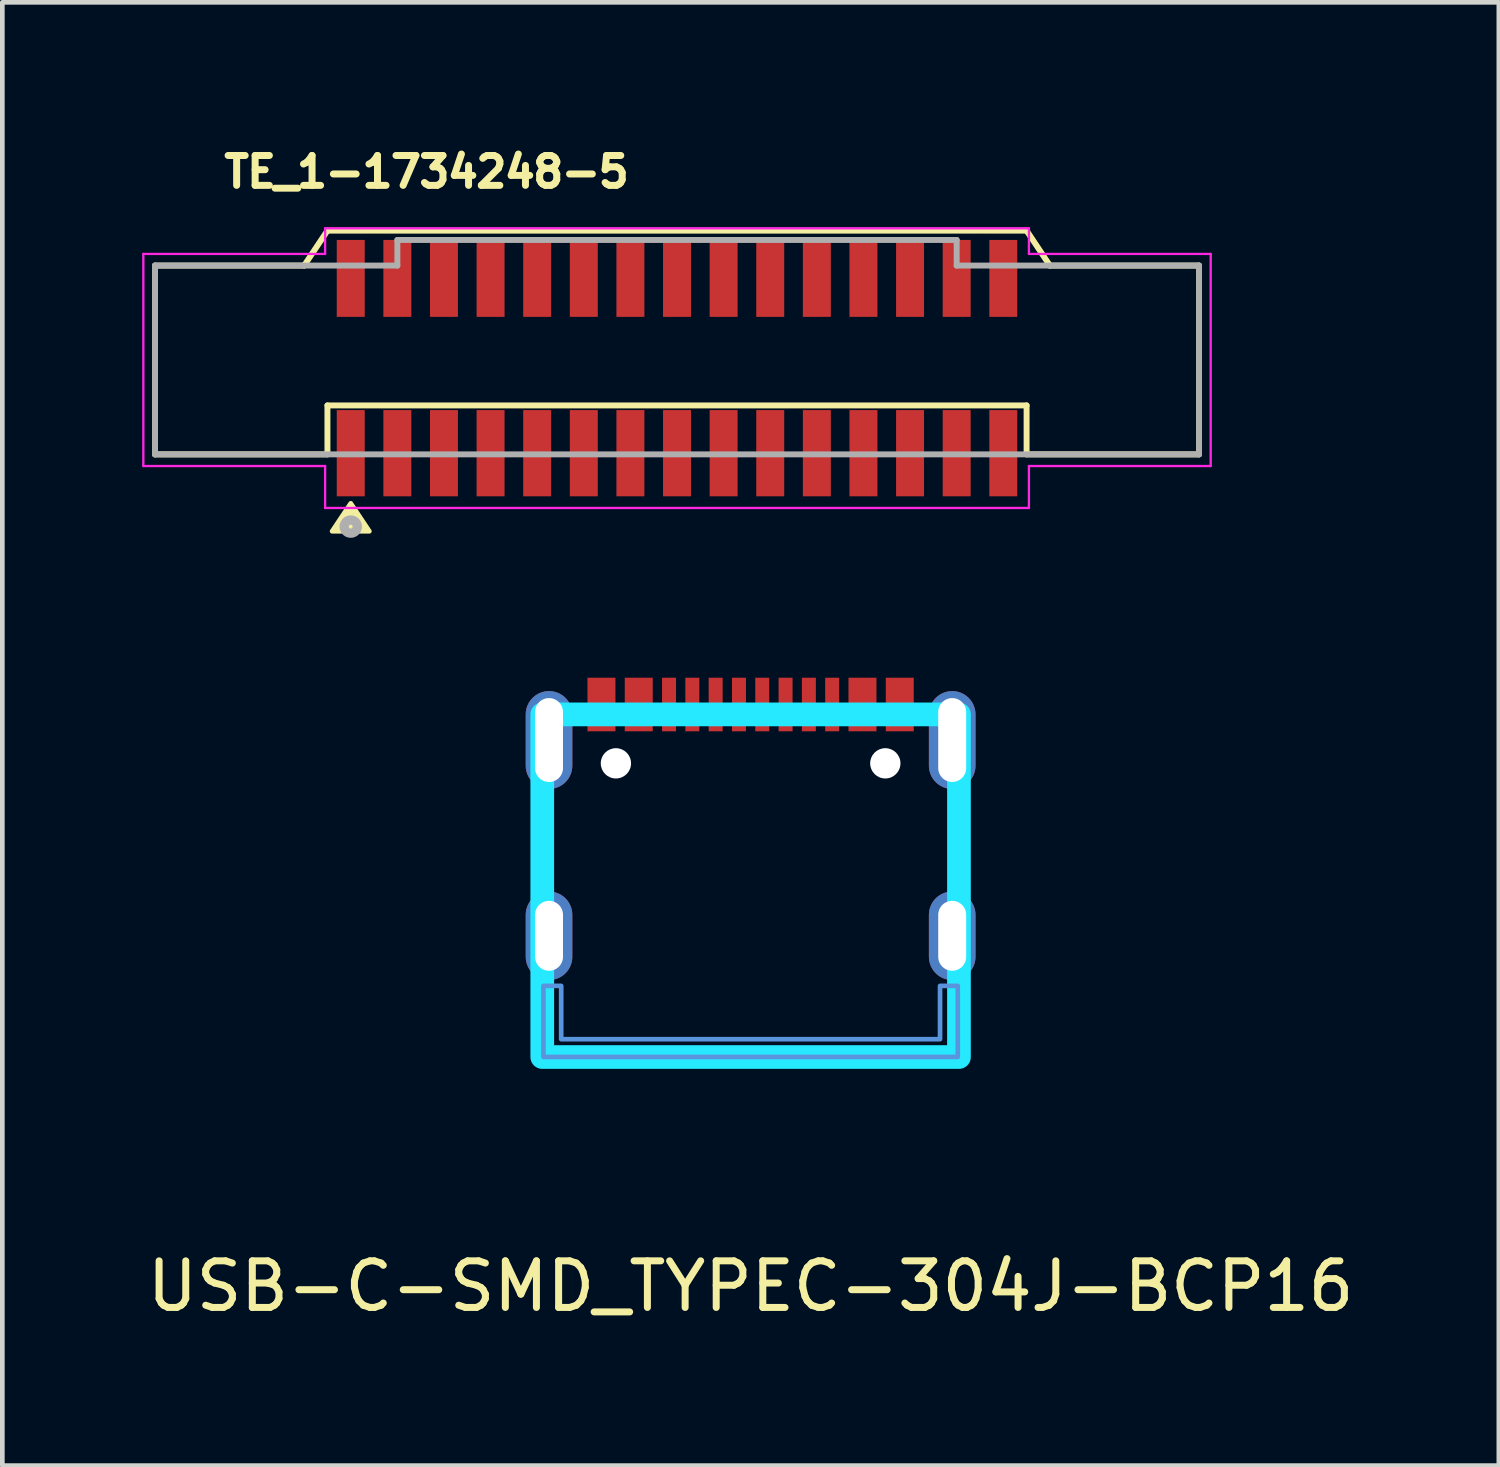
<source format=kicad_pcb>
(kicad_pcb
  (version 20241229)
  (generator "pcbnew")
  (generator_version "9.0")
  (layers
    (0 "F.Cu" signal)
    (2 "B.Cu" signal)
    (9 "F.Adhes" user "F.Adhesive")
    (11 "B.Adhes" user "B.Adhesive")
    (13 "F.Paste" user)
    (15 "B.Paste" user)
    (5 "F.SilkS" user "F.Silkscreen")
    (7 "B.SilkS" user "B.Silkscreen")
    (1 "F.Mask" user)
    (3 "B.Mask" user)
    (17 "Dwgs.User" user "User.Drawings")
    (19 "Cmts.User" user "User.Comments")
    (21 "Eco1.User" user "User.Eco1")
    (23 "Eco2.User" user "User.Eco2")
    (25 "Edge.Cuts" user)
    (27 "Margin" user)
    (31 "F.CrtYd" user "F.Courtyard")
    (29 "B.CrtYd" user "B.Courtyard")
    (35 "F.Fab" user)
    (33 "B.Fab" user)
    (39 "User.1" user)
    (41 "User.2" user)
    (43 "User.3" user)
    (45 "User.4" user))
  (footprint "USB-C-SMD_TYPEC-304J-BCP16"
    (layer "F.Cu")
    (at 13.054 14.546)
    (property "Reference" "USB-C-SMD_TYPEC-304J-BCP16" (at 0 10 0) (layer "F.SilkS") (effects (font (size 1 1) (thickness 0.15))))
    (attr through_hole)
    (fp_line (start -4.4 1.304) (end -4.4 -0.441) (stroke (width 0.254) (type solid)) (layer "F.SilkS"))
    (fp_line (start -4.4 5.081) (end -4.4 3.659) (stroke (width 0.254) (type solid)) (layer "F.SilkS"))
    (fp_line (start -4.4 5.081) (end 4.4 5.081) (stroke (width 0.254) (type solid)) (layer "F.SilkS"))
    (fp_line (start 4.4 1.304) (end 4.4 -0.441) (stroke (width 0.254) (type solid)) (layer "F.SilkS"))
    (fp_line (start 4.4 5.081) (end 4.4 3.659) (stroke (width 0.254) (type solid)) (layer "F.SilkS"))
    (fp_poly (pts (xy -3.5 -3.056) (xy -2.9 -3.056) (xy -2.9 -1.906) (xy -3.5 -1.906)) (stroke (width 0) (type solid)) (fill yes) (layer "F.Paste"))
    (fp_poly (pts (xy -2.7 -3.056) (xy -2.1 -3.056) (xy -2.1 -1.906) (xy -2.7 -1.906)) (stroke (width 0) (type solid)) (fill yes) (layer "F.Paste"))
    (fp_poly (pts (xy -1.9 -3.056) (xy -1.6 -3.056) (xy -1.6 -1.906) (xy -1.9 -1.906)) (stroke (width 0) (type solid)) (fill yes) (layer "F.Paste"))
    (fp_poly (pts (xy -1.4 -3.056) (xy -1.1 -3.056) (xy -1.1 -1.906) (xy -1.4 -1.906)) (stroke (width 0) (type solid)) (fill yes) (layer "F.Paste"))
    (fp_poly (pts (xy -0.9 -3.056) (xy -0.6 -3.056) (xy -0.6 -1.906) (xy -0.9 -1.906)) (stroke (width 0) (type solid)) (fill yes) (layer "F.Paste"))
    (fp_poly (pts (xy -0.4 -3.056) (xy -0.1 -3.056) (xy -0.1 -1.906) (xy -0.4 -1.906)) (stroke (width 0) (type solid)) (fill yes) (layer "F.Paste"))
    (fp_poly (pts (xy 0.1 -3.056) (xy 0.4 -3.056) (xy 0.4 -1.906) (xy 0.1 -1.906)) (stroke (width 0) (type solid)) (fill yes) (layer "F.Paste"))
    (fp_poly (pts (xy 0.6 -3.056) (xy 0.9 -3.056) (xy 0.9 -1.906) (xy 0.6 -1.906)) (stroke (width 0) (type solid)) (fill yes) (layer "F.Paste"))
    (fp_poly (pts (xy 1.1 -3.056) (xy 1.4 -3.056) (xy 1.4 -1.906) (xy 1.1 -1.906)) (stroke (width 0) (type solid)) (fill yes) (layer "F.Paste"))
    (fp_poly (pts (xy 1.6 -3.056) (xy 1.9 -3.056) (xy 1.9 -1.906) (xy 1.6 -1.906)) (stroke (width 0) (type solid)) (fill yes) (layer "F.Paste"))
    (fp_poly (pts (xy 2.1 -3.056) (xy 2.7 -3.056) (xy 2.7 -1.906) (xy 2.1 -1.906)) (stroke (width 0) (type solid)) (fill yes) (layer "F.Paste"))
    (fp_poly (pts (xy 2.9 -3.056) (xy 3.5 -3.056) (xy 3.5 -1.906) (xy 2.9 -1.906)) (stroke (width 0) (type solid)) (fill yes) (layer "F.Paste"))
    (fp_circle (center -2.89 -1.219) (end -2.89 -1.069) (stroke (width 0.3) (type solid)) (fill no) (layer "Cmts.User"))
    (fp_circle (center 2.89 -1.219) (end 2.89 -1.069) (stroke (width 0.3) (type solid)) (fill no) (layer "Cmts.User"))
    (fp_poly (pts (xy -4.445 3.556) (xy -4.445 5.08) (xy 4.445 5.08) (xy 4.445 3.556) (xy 4.064 3.556) (xy 4.064 4.699) (xy -4.064 4.699) (xy -4.064 3.556)) (stroke (width 0.1) (type solid)) (fill no) (layer "Cmts.User"))
    (fp_poly (pts (xy -4.47 5.082) (xy -4.47 -2.269) (xy 4.47 -2.269) (xy 4.47 5.082)) (stroke (width 0.508) (type solid)) (fill no) (layer "B.CrtYd"))
    (pad "" np_thru_hole circle (at -2.89 -1.219) (size 0.65 0.65) (drill 0.65) (layers "*.Cu" "*.Mask"))
    (pad "" np_thru_hole circle (at 2.89 -1.219) (size 0.65 0.65) (drill 0.65) (layers "*.Cu" "*.Mask"))
    (pad "13" thru_hole oval (at -4.325 -1.719) (size 1 2.1) (drill oval 0.6 1.8) (layers "*.Cu" "*.Mask"))
    (pad "14" thru_hole oval (at 4.325 -1.719) (size 1 2.1) (drill oval 0.6 1.8) (layers "*.Cu" "*.Mask"))
    (pad "15" thru_hole oval (at -4.325 2.481) (size 1 1.9) (drill oval 0.6 1.5) (layers "*.Cu" "*.Mask"))
    (pad "16" thru_hole oval (at 4.325 2.481) (size 1 1.9) (drill oval 0.6 1.5) (layers "*.Cu" "*.Mask"))
    (pad "A1B12" smd rect (at -3.2 -2.481) (size 0.6 1.15) (layers "F.Cu" "F.Mask" "F.Paste"))
    (pad "A4B9" smd rect (at -2.4 -2.481) (size 0.6 1.15) (layers "F.Cu" "F.Mask" "F.Paste"))
    (pad "A5" smd rect (at -1.25 -2.481) (size 0.3 1.15) (layers "F.Cu" "F.Mask" "F.Paste"))
    (pad "A6" smd rect (at -0.25 -2.481) (size 0.3 1.15) (layers "F.Cu" "F.Mask" "F.Paste"))
    (pad "A7" smd rect (at 0.25 -2.481) (size 0.3 1.15) (layers "F.Cu" "F.Mask" "F.Paste"))
    (pad "A8" smd rect (at 1.25 -2.481) (size 0.3 1.15) (layers "F.Cu" "F.Mask" "F.Paste"))
    (pad "B1A12" smd rect (at 3.2 -2.481) (size 0.6 1.15) (layers "F.Cu" "F.Mask" "F.Paste"))
    (pad "B4A9" smd rect (at 2.4 -2.481) (size 0.6 1.15) (layers "F.Cu" "F.Mask" "F.Paste"))
    (pad "B5" smd rect (at 1.75 -2.481) (size 0.3 1.15) (layers "F.Cu" "F.Mask" "F.Paste"))
    (pad "B6" smd rect (at 0.75 -2.481) (size 0.3 1.15) (layers "F.Cu" "F.Mask" "F.Paste"))
    (pad "B7" smd rect (at -0.75 -2.481) (size 0.3 1.15) (layers "F.Cu" "F.Mask" "F.Paste"))
    (pad "B8" smd rect (at -1.75 -2.481) (size 0.3 1.15) (layers "F.Cu" "F.Mask" "F.Paste")))
  (footprint "TE_1-1734248-5"
    (layer "F.Cu")
    (at 11.475 4.648)
    (property "Reference" "TE_1-1734248-5" (at -5.373 -4.01 0) (layer "F.SilkS") (effects (font (size 0.641 0.641) (thickness 0.15))))
    (attr smd)
    (fp_line (start -11.2 -2) (end -8 -2) (stroke (width 0.127) (type solid)) (layer "F.SilkS"))
    (fp_line (start -11.2 2.05) (end -11.2 -2) (stroke (width 0.127) (type solid)) (layer "F.SilkS"))
    (fp_line (start -11.2 2.05) (end -7.5 2.05) (stroke (width 0.127) (type solid)) (layer "F.SilkS"))
    (fp_line (start -8 -2) (end -7.5 -2.75) (stroke (width 0.127) (type default)) (layer "F.SilkS"))
    (fp_line (start -7.5 -2.75) (end 7.5 -2.75) (stroke (width 0.127) (type default)) (layer "F.SilkS"))
    (fp_line (start -7.5 1) (end 7.5 1) (stroke (width 0.127) (type default)) (layer "F.SilkS"))
    (fp_line (start -7.5 2.05) (end -7.5 1) (stroke (width 0.127) (type default)) (layer "F.SilkS"))
    (fp_line (start 7.5 -2.75) (end 8 -2) (stroke (width 0.127) (type default)) (layer "F.SilkS"))
    (fp_line (start 7.5 1) (end 7.5 2.05) (stroke (width 0.127) (type default)) (layer "F.SilkS"))
    (fp_line (start 11.2 -2) (end 8 -2) (stroke (width 0.127) (type solid)) (layer "F.SilkS"))
    (fp_line (start 11.2 2.05) (end 7.5 2.05) (stroke (width 0.127) (type solid)) (layer "F.SilkS"))
    (fp_line (start 11.2 2.05) (end 11.2 -2) (stroke (width 0.127) (type solid)) (layer "F.SilkS"))
    (fp_poly (pts (xy -7 3.1) (xy -7.4 3.7) (xy -6.6 3.7)) (stroke (width 0.1) (type solid)) (fill yes) (layer "F.SilkS"))
    (fp_line (start -11.45 -2.25) (end -7.55 -2.25) (stroke (width 0.05) (type solid)) (layer "F.CrtYd"))
    (fp_line (start -11.45 2.3) (end -11.45 -2.25) (stroke (width 0.05) (type solid)) (layer "F.CrtYd"))
    (fp_line (start -7.55 -2.8) (end 7.55 -2.8) (stroke (width 0.05) (type solid)) (layer "F.CrtYd"))
    (fp_line (start -7.55 -2.25) (end -7.55 -2.8) (stroke (width 0.05) (type solid)) (layer "F.CrtYd"))
    (fp_line (start -7.55 2.3) (end -11.45 2.3) (stroke (width 0.05) (type solid)) (layer "F.CrtYd"))
    (fp_line (start -7.55 3.2) (end -7.55 2.3) (stroke (width 0.05) (type solid)) (layer "F.CrtYd"))
    (fp_line (start 7.55 -2.8) (end 7.55 -2.25) (stroke (width 0.05) (type solid)) (layer "F.CrtYd"))
    (fp_line (start 7.55 -2.25) (end 11.45 -2.25) (stroke (width 0.05) (type solid)) (layer "F.CrtYd"))
    (fp_line (start 7.55 2.3) (end 7.55 3.2) (stroke (width 0.05) (type solid)) (layer "F.CrtYd"))
    (fp_line (start 7.55 3.2) (end -7.55 3.2) (stroke (width 0.05) (type solid)) (layer "F.CrtYd"))
    (fp_line (start 11.45 -2.25) (end 11.45 2.3) (stroke (width 0.05) (type solid)) (layer "F.CrtYd"))
    (fp_line (start 11.45 2.3) (end 7.55 2.3) (stroke (width 0.05) (type solid)) (layer "F.CrtYd"))
    (fp_line (start -11.2 -2) (end -6 -2) (stroke (width 0.127) (type solid)) (layer "F.Fab"))
    (fp_line (start -11.2 2.05) (end -11.2 -2) (stroke (width 0.127) (type solid)) (layer "F.Fab"))
    (fp_line (start -6 -2.55) (end 6 -2.55) (stroke (width 0.127) (type solid)) (layer "F.Fab"))
    (fp_line (start -6 -2) (end -6 -2.55) (stroke (width 0.127) (type solid)) (layer "F.Fab"))
    (fp_line (start 6 -2) (end 6 -2.55) (stroke (width 0.127) (type solid)) (layer "F.Fab"))
    (fp_line (start 11.2 -2) (end 6 -2) (stroke (width 0.127) (type solid)) (layer "F.Fab"))
    (fp_line (start 11.2 2.05) (end -11.2 2.05) (stroke (width 0.127) (type solid)) (layer "F.Fab"))
    (fp_line (start 11.2 2.05) (end 11.2 -2) (stroke (width 0.127) (type solid)) (layer "F.Fab"))
    (fp_circle (center -7 3.6) (end -6.859 3.6) (stroke (width 0.2) (type solid)) (fill no) (layer "F.Fab"))
    (pad "1" smd rect (at -7 2.025) (size 0.6 1.85) (layers "F.Cu" "F.Mask" "F.Paste"))
    (pad "1_1" smd rect (at -7 -1.725) (size 0.6 1.65) (layers "F.Cu" "F.Mask" "F.Paste"))
    (pad "2" smd rect (at -6 2.025) (size 0.6 1.85) (layers "F.Cu" "F.Mask" "F.Paste"))
    (pad "2_1" smd rect (at -6 -1.725) (size 0.6 1.65) (layers "F.Cu" "F.Mask" "F.Paste"))
    (pad "3" smd rect (at -5 2.025) (size 0.6 1.85) (layers "F.Cu" "F.Mask" "F.Paste"))
    (pad "3_1" smd rect (at -5 -1.725) (size 0.6 1.65) (layers "F.Cu" "F.Mask" "F.Paste"))
    (pad "4" smd rect (at -4 2.025) (size 0.6 1.85) (layers "F.Cu" "F.Mask" "F.Paste"))
    (pad "4_1" smd rect (at -4 -1.725) (size 0.6 1.65) (layers "F.Cu" "F.Mask" "F.Paste"))
    (pad "5" smd rect (at -3 2.025) (size 0.6 1.85) (layers "F.Cu" "F.Mask" "F.Paste"))
    (pad "5_1" smd rect (at -3 -1.725) (size 0.6 1.65) (layers "F.Cu" "F.Mask" "F.Paste"))
    (pad "6" smd rect (at -2 2.025) (size 0.6 1.85) (layers "F.Cu" "F.Mask" "F.Paste"))
    (pad "6_1" smd rect (at -2 -1.725) (size 0.6 1.65) (layers "F.Cu" "F.Mask" "F.Paste"))
    (pad "7" smd rect (at -1 2.025) (size 0.6 1.85) (layers "F.Cu" "F.Mask" "F.Paste"))
    (pad "7_1" smd rect (at -1 -1.725) (size 0.6 1.65) (layers "F.Cu" "F.Mask" "F.Paste"))
    (pad "8" smd rect (at 0 2.025) (size 0.6 1.85) (layers "F.Cu" "F.Mask" "F.Paste"))
    (pad "8_1" smd rect (at 0 -1.725) (size 0.6 1.65) (layers "F.Cu" "F.Mask" "F.Paste"))
    (pad "9" smd rect (at 1 2.025) (size 0.6 1.85) (layers "F.Cu" "F.Mask" "F.Paste"))
    (pad "9_1" smd rect (at 1 -1.725) (size 0.6 1.65) (layers "F.Cu" "F.Mask" "F.Paste"))
    (pad "10" smd rect (at 2 2.025) (size 0.6 1.85) (layers "F.Cu" "F.Mask" "F.Paste"))
    (pad "10_1" smd rect (at 2 -1.725) (size 0.6 1.65) (layers "F.Cu" "F.Mask" "F.Paste"))
    (pad "11" smd rect (at 3 2.025) (size 0.6 1.85) (layers "F.Cu" "F.Mask" "F.Paste"))
    (pad "11_1" smd rect (at 3 -1.725) (size 0.6 1.65) (layers "F.Cu" "F.Mask" "F.Paste"))
    (pad "12" smd rect (at 4 2.025) (size 0.6 1.85) (layers "F.Cu" "F.Mask" "F.Paste"))
    (pad "12_1" smd rect (at 4 -1.725) (size 0.6 1.65) (layers "F.Cu" "F.Mask" "F.Paste"))
    (pad "13" smd rect (at 5 2.025) (size 0.6 1.85) (layers "F.Cu" "F.Mask" "F.Paste"))
    (pad "13_1" smd rect (at 5 -1.725) (size 0.6 1.65) (layers "F.Cu" "F.Mask" "F.Paste"))
    (pad "14" smd rect (at 6 2.025) (size 0.6 1.85) (layers "F.Cu" "F.Mask" "F.Paste"))
    (pad "14_1" smd rect (at 6 -1.725) (size 0.6 1.65) (layers "F.Cu" "F.Mask" "F.Paste"))
    (pad "15" smd rect (at 7 2.025) (size 0.6 1.85) (layers "F.Cu" "F.Mask" "F.Paste"))
    (pad "15_1" smd rect (at 7 -1.725) (size 0.6 1.65) (layers "F.Cu" "F.Mask" "F.Paste")))
  (gr_rect
    (start -3 -3)
    (end 29.107 28.394)
    (stroke (width 0.1) (type default))
    (fill no)
    (layer "Edge.Cuts")))
</source>
